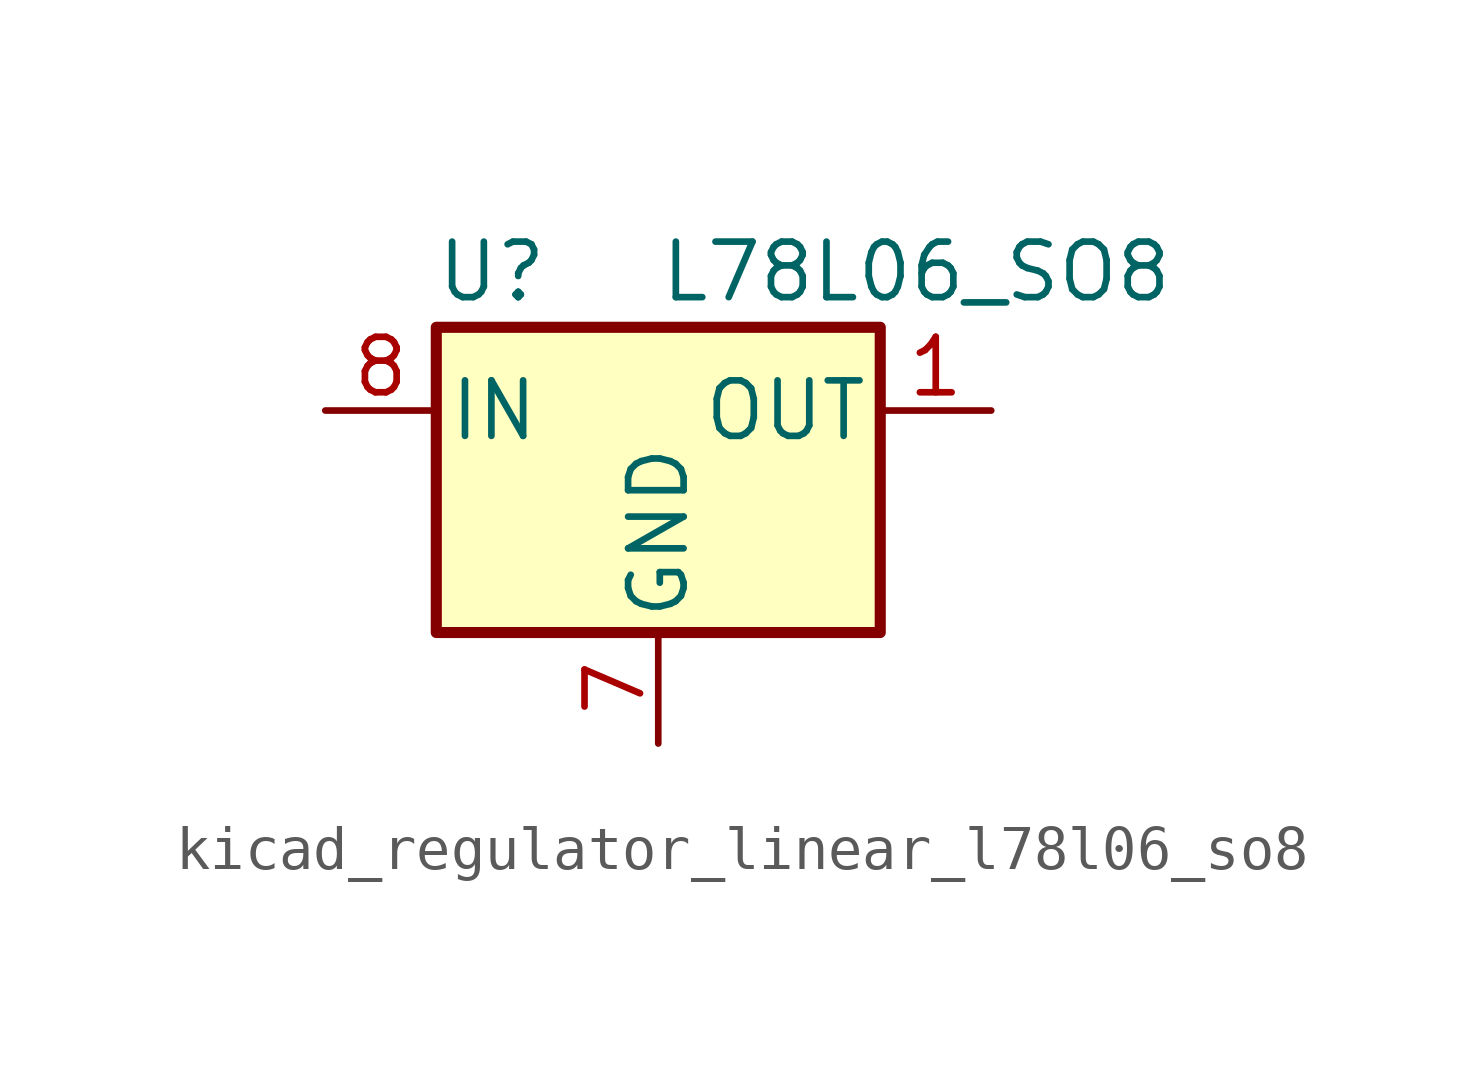
<source format=kicad_sym>
(kicad_symbol_lib
  (version 20220914)
  (generator kicad_symbol_editor)
  (symbol "kicad_regulator_linear_l78l06_so8"
    (pin_names
      (offset 0.254))
    (property "Reference" "U"
      (at -3.81 3.175 0)
      (effects (font (size 1.27 1.27))))
    (property "Value" "L78L06_SO8"
      (at 0 3.175 0)
      (effects (font (size 1.27 1.27)) (justify left)))
    (symbol "kicad_regulator_linear_l78l06_so8_0_1"
      (rectangle (start -5.08 1.905) (end 5.08 -5.08) (stroke (width 0.254) (type default)) (fill (type background))))
    (symbol "kicad_regulator_linear_l78l06_so8_1_1"
      (pin power_out line (at 7.62 0 180) (length 2.54) (name "OUT" (effects (font (size 1.27 1.27)))) (number "1" (effects (font (size 1.27 1.27)))))
      (pin passive line (at 0 -7.62 90) (length 2.54) hide (name "GND" (effects (font (size 1.27 1.27)))) (number "2" (effects (font (size 1.27 1.27)))))
      (pin passive line (at 0 -7.62 90) (length 2.54) hide (name "GND" (effects (font (size 1.27 1.27)))) (number "3" (effects (font (size 1.27 1.27)))))
      (pin no_connect line (at -5.08 -2.54 0) (length 2.54) hide (name "NC" (effects (font (size 1.27 1.27)))) (number "4" (effects (font (size 1.27 1.27)))))
      (pin no_connect line (at 5.08 -2.54 180) (length 2.54) hide (name "NC" (effects (font (size 1.27 1.27)))) (number "5" (effects (font (size 1.27 1.27)))))
      (pin passive line (at 0 -7.62 90) (length 2.54) hide (name "GND" (effects (font (size 1.27 1.27)))) (number "6" (effects (font (size 1.27 1.27)))))
      (pin power_in line (at 0 -7.62 90) (length 2.54) (name "GND" (effects (font (size 1.27 1.27)))) (number "7" (effects (font (size 1.27 1.27)))))
      (pin power_in line (at -7.62 0 0) (length 2.54) (name "IN" (effects (font (size 1.27 1.27)))) (number "8" (effects (font (size 1.27 1.27))))))))
</source>
